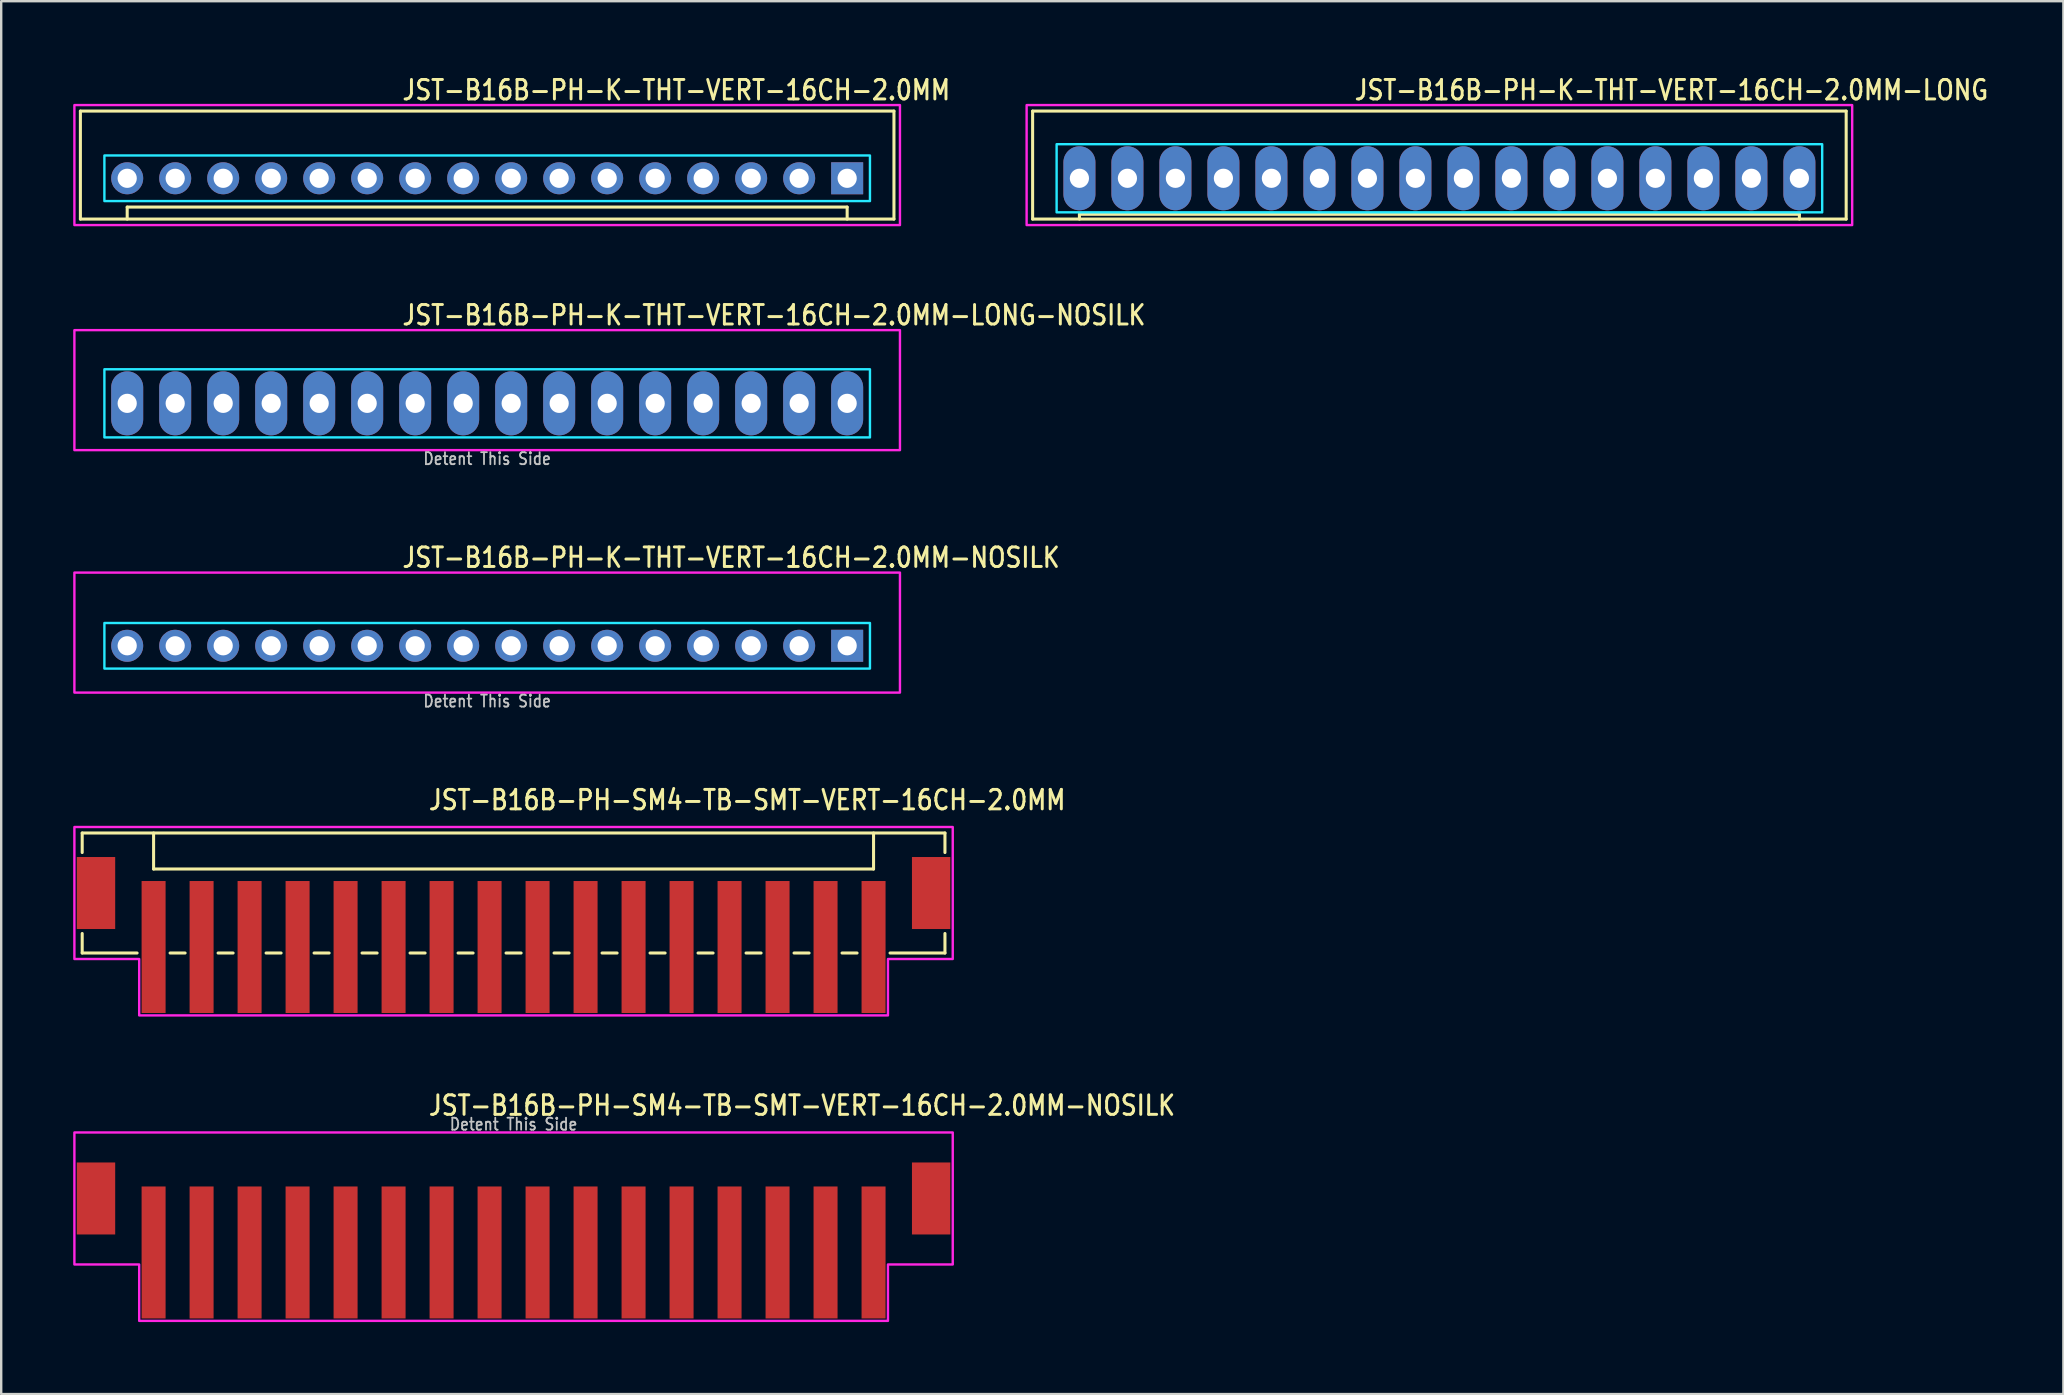
<source format=kicad_pcb>
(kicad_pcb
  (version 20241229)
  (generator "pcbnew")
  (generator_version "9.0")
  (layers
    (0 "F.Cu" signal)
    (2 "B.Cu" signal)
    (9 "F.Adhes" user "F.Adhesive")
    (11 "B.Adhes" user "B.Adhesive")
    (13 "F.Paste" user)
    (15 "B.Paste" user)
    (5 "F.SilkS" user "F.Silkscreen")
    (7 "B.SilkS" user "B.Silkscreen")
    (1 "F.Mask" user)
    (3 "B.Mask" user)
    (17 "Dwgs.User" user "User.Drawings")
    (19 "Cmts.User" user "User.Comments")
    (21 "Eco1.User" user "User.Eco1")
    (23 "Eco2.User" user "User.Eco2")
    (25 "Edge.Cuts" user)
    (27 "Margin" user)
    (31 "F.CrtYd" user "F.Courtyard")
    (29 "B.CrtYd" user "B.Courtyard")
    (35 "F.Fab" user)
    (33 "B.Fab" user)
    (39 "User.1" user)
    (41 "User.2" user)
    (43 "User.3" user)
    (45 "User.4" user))
  (footprint "JST-B16B-PH-K-THT-VERT-16CH-2.0MM-NOSILK"
    (layer "F.Cu")
    (at 17.25 23.859)
    (property "Reference" "JST-B16B-PH-K-THT-VERT-16CH-2.0MM-NOSILK" (at -3.6 -3.2 0) (unlocked yes) (layer "F.SilkS") (effects (font (size 0.813 0.695) (thickness 0.122)) (justify left bottom)))
    (fp_poly (pts (xy -15.95 -0.95) (xy -15.95 0.95) (xy 15.95 0.95) (xy 15.95 -0.95)) (stroke (width 0.1) (type solid)) (fill no) (layer "B.CrtYd"))
    (fp_poly (pts (xy -17.2 1.95) (xy -17.2 -3.05) (xy 17.2 -3.05) (xy 17.2 1.95)) (stroke (width 0.1) (type solid)) (fill no) (layer "F.CrtYd"))
    (fp_text user "Detent This Side" (at 0 2.6 0) (unlocked yes) (layer "Dwgs.User") (effects (font (size 0.5 0.427) (thickness 0.075)) (justify bottom)))
    (pad "1" thru_hole rect (at 15 0) (size 1.333 1.333) (drill 0.8) (layers "*.Cu" "*.Mask"))
    (pad "2" thru_hole oval (at 13 0) (size 1.333 1.333) (drill 0.8) (layers "*.Cu" "*.Mask"))
    (pad "3" thru_hole oval (at 11 0) (size 1.333 1.333) (drill 0.8) (layers "*.Cu" "*.Mask"))
    (pad "4" thru_hole oval (at 9 0) (size 1.333 1.333) (drill 0.8) (layers "*.Cu" "*.Mask"))
    (pad "5" thru_hole oval (at 7 0) (size 1.333 1.333) (drill 0.8) (layers "*.Cu" "*.Mask"))
    (pad "6" thru_hole oval (at 5 0) (size 1.333 1.333) (drill 0.8) (layers "*.Cu" "*.Mask"))
    (pad "7" thru_hole oval (at 3 0) (size 1.333 1.333) (drill 0.8) (layers "*.Cu" "*.Mask"))
    (pad "8" thru_hole oval (at 1 0) (size 1.333 1.333) (drill 0.8) (layers "*.Cu" "*.Mask"))
    (pad "9" thru_hole oval (at -1 0) (size 1.333 1.333) (drill 0.8) (layers "*.Cu" "*.Mask"))
    (pad "10" thru_hole oval (at -3 0) (size 1.333 1.333) (drill 0.8) (layers "*.Cu" "*.Mask"))
    (pad "11" thru_hole oval (at -5 0) (size 1.333 1.333) (drill 0.8) (layers "*.Cu" "*.Mask"))
    (pad "12" thru_hole oval (at -7 0) (size 1.333 1.333) (drill 0.8) (layers "*.Cu" "*.Mask"))
    (pad "13" thru_hole oval (at -9 0) (size 1.333 1.333) (drill 0.8) (layers "*.Cu" "*.Mask"))
    (pad "14" thru_hole oval (at -11 0) (size 1.333 1.333) (drill 0.8) (layers "*.Cu" "*.Mask"))
    (pad "15" thru_hole oval (at -13 0) (size 1.333 1.333) (drill 0.8) (layers "*.Cu" "*.Mask"))
    (pad "16" thru_hole oval (at -15 0) (size 1.333 1.333) (drill 0.8) (layers "*.Cu" "*.Mask")))
  (footprint "JST-B16B-PH-K-THT-VERT-16CH-2.0MM"
    (layer "F.Cu")
    (at 17.25 4.379)
    (property "Reference" "JST-B16B-PH-K-THT-VERT-16CH-2.0MM" (at -3.6 -3.2 0) (unlocked yes) (layer "F.SilkS") (effects (font (size 0.813 0.695) (thickness 0.122)) (justify left bottom)))
    (fp_line (start -16.95 -2.8) (end -16.95 1.7) (stroke (width 0.127) (type solid)) (layer "F.SilkS"))
    (fp_line (start -16.95 -2.8) (end 16.95 -2.8) (stroke (width 0.127) (type solid)) (layer "F.SilkS"))
    (fp_line (start -16.95 1.7) (end 16.95 1.7) (stroke (width 0.127) (type solid)) (layer "F.SilkS"))
    (fp_line (start -15 1.7) (end -15 1.2) (stroke (width 0.127) (type solid)) (layer "F.SilkS"))
    (fp_line (start 15 1.2) (end -15 1.2) (stroke (width 0.127) (type solid)) (layer "F.SilkS"))
    (fp_line (start 15 1.7) (end 15 1.2) (stroke (width 0.127) (type solid)) (layer "F.SilkS"))
    (fp_line (start 16.95 1.7) (end 16.95 -2.8) (stroke (width 0.127) (type solid)) (layer "F.SilkS"))
    (fp_poly (pts (xy -15.95 -0.95) (xy -15.95 0.95) (xy 15.95 0.95) (xy 15.95 -0.95)) (stroke (width 0.1) (type solid)) (fill no) (layer "B.CrtYd"))
    (fp_poly (pts (xy -17.2 1.95) (xy -17.2 -3.05) (xy 17.2 -3.05) (xy 17.2 1.95)) (stroke (width 0.1) (type solid)) (fill no) (layer "F.CrtYd"))
    (pad "1" thru_hole rect (at 15 0) (size 1.333 1.333) (drill 0.8) (layers "*.Cu" "*.Mask"))
    (pad "2" thru_hole oval (at 13 0) (size 1.333 1.333) (drill 0.8) (layers "*.Cu" "*.Mask"))
    (pad "3" thru_hole oval (at 11 0) (size 1.333 1.333) (drill 0.8) (layers "*.Cu" "*.Mask"))
    (pad "4" thru_hole oval (at 9 0) (size 1.333 1.333) (drill 0.8) (layers "*.Cu" "*.Mask"))
    (pad "5" thru_hole oval (at 7 0) (size 1.333 1.333) (drill 0.8) (layers "*.Cu" "*.Mask"))
    (pad "6" thru_hole oval (at 5 0) (size 1.333 1.333) (drill 0.8) (layers "*.Cu" "*.Mask"))
    (pad "7" thru_hole oval (at 3 0) (size 1.333 1.333) (drill 0.8) (layers "*.Cu" "*.Mask"))
    (pad "8" thru_hole oval (at 1 0) (size 1.333 1.333) (drill 0.8) (layers "*.Cu" "*.Mask"))
    (pad "9" thru_hole oval (at -1 0) (size 1.333 1.333) (drill 0.8) (layers "*.Cu" "*.Mask"))
    (pad "10" thru_hole oval (at -3 0) (size 1.333 1.333) (drill 0.8) (layers "*.Cu" "*.Mask"))
    (pad "11" thru_hole oval (at -5 0) (size 1.333 1.333) (drill 0.8) (layers "*.Cu" "*.Mask"))
    (pad "12" thru_hole oval (at -7 0) (size 1.333 1.333) (drill 0.8) (layers "*.Cu" "*.Mask"))
    (pad "13" thru_hole oval (at -9 0) (size 1.333 1.333) (drill 0.8) (layers "*.Cu" "*.Mask"))
    (pad "14" thru_hole oval (at -11 0) (size 1.333 1.333) (drill 0.8) (layers "*.Cu" "*.Mask"))
    (pad "15" thru_hole oval (at -13 0) (size 1.333 1.333) (drill 0.8) (layers "*.Cu" "*.Mask"))
    (pad "16" thru_hole oval (at -15 0) (size 1.333 1.333) (drill 0.8) (layers "*.Cu" "*.Mask")))
  (footprint "JST-B16B-PH-SM4-TB-SMT-VERT-16CH-2.0MM"
    (layer "F.Cu")
    (at 18.35 34.161)
    (property "Reference" "JST-B16B-PH-SM4-TB-SMT-VERT-16CH-2.0MM" (at -3.6 -3.4 0) (unlocked yes) (layer "F.SilkS") (effects (font (size 0.813 0.695) (thickness 0.122)) (justify left bottom)))
    (fp_line (start -17.975 -2.5) (end -17.975 -1.687) (stroke (width 0.127) (type solid)) (layer "F.SilkS"))
    (fp_line (start -17.975 -2.5) (end 17.975 -2.5) (stroke (width 0.127) (type solid)) (layer "F.SilkS"))
    (fp_line (start -17.975 2.5) (end -17.975 1.687) (stroke (width 0.127) (type solid)) (layer "F.SilkS"))
    (fp_line (start -17.975 2.5) (end -15.687 2.5) (stroke (width 0.127) (type solid)) (layer "F.SilkS"))
    (fp_line (start -15 -2.5) (end -15 -1) (stroke (width 0.127) (type solid)) (layer "F.SilkS"))
    (fp_line (start -15 -1) (end 15 -1) (stroke (width 0.127) (type solid)) (layer "F.SilkS"))
    (fp_line (start -14.313 2.5) (end -13.687 2.5) (stroke (width 0.127) (type solid)) (layer "F.SilkS"))
    (fp_line (start -12.313 2.5) (end -11.687 2.5) (stroke (width 0.127) (type solid)) (layer "F.SilkS"))
    (fp_line (start -10.313 2.5) (end -9.687 2.5) (stroke (width 0.127) (type solid)) (layer "F.SilkS"))
    (fp_line (start -8.313 2.5) (end -7.686 2.5) (stroke (width 0.127) (type solid)) (layer "F.SilkS"))
    (fp_line (start -6.314 2.5) (end -5.686 2.5) (stroke (width 0.127) (type solid)) (layer "F.SilkS"))
    (fp_line (start -4.314 2.5) (end -3.687 2.5) (stroke (width 0.127) (type solid)) (layer "F.SilkS"))
    (fp_line (start -2.313 2.5) (end -1.687 2.5) (stroke (width 0.127) (type solid)) (layer "F.SilkS"))
    (fp_line (start -0.314 2.5) (end 0.314 2.5) (stroke (width 0.127) (type solid)) (layer "F.SilkS"))
    (fp_line (start 1.687 2.5) (end 2.313 2.5) (stroke (width 0.127) (type solid)) (layer "F.SilkS"))
    (fp_line (start 3.687 2.5) (end 4.314 2.5) (stroke (width 0.127) (type solid)) (layer "F.SilkS"))
    (fp_line (start 5.686 2.5) (end 6.314 2.5) (stroke (width 0.127) (type solid)) (layer "F.SilkS"))
    (fp_line (start 7.686 2.5) (end 8.313 2.5) (stroke (width 0.127) (type solid)) (layer "F.SilkS"))
    (fp_line (start 9.687 2.5) (end 10.313 2.5) (stroke (width 0.127) (type solid)) (layer "F.SilkS"))
    (fp_line (start 11.687 2.5) (end 12.313 2.5) (stroke (width 0.127) (type solid)) (layer "F.SilkS"))
    (fp_line (start 13.687 2.5) (end 14.313 2.5) (stroke (width 0.127) (type solid)) (layer "F.SilkS"))
    (fp_line (start 15 -1) (end 15 -2.5) (stroke (width 0.127) (type solid)) (layer "F.SilkS"))
    (fp_line (start 15.687 2.5) (end 17.975 2.5) (stroke (width 0.127) (type solid)) (layer "F.SilkS"))
    (fp_line (start 17.975 -1.687) (end 17.975 -2.5) (stroke (width 0.127) (type solid)) (layer "F.SilkS"))
    (fp_line (start 17.975 1.687) (end 17.975 2.5) (stroke (width 0.127) (type solid)) (layer "F.SilkS"))
    (fp_poly (pts (xy -18.3 -2.75) (xy -18.3 2.75) (xy -15.6 2.75) (xy -15.6 5.1) (xy 15.6 5.1) (xy 15.6 2.75) (xy 18.3 2.75) (xy 18.3 -2.75)) (stroke (width 0.1) (type solid)) (fill no) (layer "F.CrtYd"))
    (pad "1" smd rect (at -15 2.25) (size 1 5.5) (layers "F.Cu" "F.Mask" "F.Paste"))
    (pad "2" smd rect (at -13 2.25) (size 1 5.5) (layers "F.Cu" "F.Mask" "F.Paste"))
    (pad "3" smd rect (at -11 2.25) (size 1 5.5) (layers "F.Cu" "F.Mask" "F.Paste"))
    (pad "4" smd rect (at -9 2.25) (size 1 5.5) (layers "F.Cu" "F.Mask" "F.Paste"))
    (pad "5" smd rect (at -7 2.25) (size 1 5.5) (layers "F.Cu" "F.Mask" "F.Paste"))
    (pad "6" smd rect (at -5 2.25) (size 1 5.5) (layers "F.Cu" "F.Mask" "F.Paste"))
    (pad "7" smd rect (at -3 2.25) (size 1 5.5) (layers "F.Cu" "F.Mask" "F.Paste"))
    (pad "8" smd rect (at -1 2.25) (size 1 5.5) (layers "F.Cu" "F.Mask" "F.Paste"))
    (pad "9" smd rect (at 1 2.25) (size 1 5.5) (layers "F.Cu" "F.Mask" "F.Paste"))
    (pad "10" smd rect (at 3 2.25) (size 1 5.5) (layers "F.Cu" "F.Mask" "F.Paste"))
    (pad "11" smd rect (at 5 2.25) (size 1 5.5) (layers "F.Cu" "F.Mask" "F.Paste"))
    (pad "12" smd rect (at 7 2.25) (size 1 5.5) (layers "F.Cu" "F.Mask" "F.Paste"))
    (pad "13" smd rect (at 9 2.25) (size 1 5.5) (layers "F.Cu" "F.Mask" "F.Paste"))
    (pad "14" smd rect (at 11 2.25) (size 1 5.5) (layers "F.Cu" "F.Mask" "F.Paste"))
    (pad "15" smd rect (at 13 2.25) (size 1 5.5) (layers "F.Cu" "F.Mask" "F.Paste"))
    (pad "16" smd rect (at 15 2.25) (size 1 5.5) (layers "F.Cu" "F.Mask" "F.Paste"))
    (pad "S_1" smd rect (at -17.4 0) (size 1.6 3) (layers "F.Cu" "F.Mask" "F.Paste"))
    (pad "S_2" smd rect (at 17.4 0) (size 1.6 3) (layers "F.Cu" "F.Mask" "F.Paste")))
  (footprint "JST-B16B-PH-K-THT-VERT-16CH-2.0MM-LONG-NOSILK"
    (layer "F.Cu")
    (at 17.25 13.757)
    (property "Reference" "JST-B16B-PH-K-THT-VERT-16CH-2.0MM-LONG-NOSILK" (at -3.6 -3.2 0) (unlocked yes) (layer "F.SilkS") (effects (font (size 0.813 0.695) (thickness 0.122)) (justify left bottom)))
    (fp_poly (pts (xy -15.95 -1.42) (xy -15.95 1.42) (xy 15.95 1.42) (xy 15.95 -1.42)) (stroke (width 0.1) (type solid)) (fill no) (layer "B.CrtYd"))
    (fp_poly (pts (xy -17.2 1.95) (xy -17.2 -3.05) (xy 17.2 -3.05) (xy 17.2 1.95)) (stroke (width 0.1) (type solid)) (fill no) (layer "F.CrtYd"))
    (fp_text user "Detent This Side" (at 0 2.6 0) (unlocked yes) (layer "Dwgs.User") (effects (font (size 0.5 0.427) (thickness 0.075)) (justify bottom)))
    (pad "P$1" thru_hole oval (at 15 0 90) (size 2.667 1.333) (drill 0.8) (layers "*.Cu" "*.Mask"))
    (pad "P$2" thru_hole oval (at 13 0 90) (size 2.667 1.333) (drill 0.8) (layers "*.Cu" "*.Mask"))
    (pad "P$3" thru_hole oval (at 11 0 90) (size 2.667 1.333) (drill 0.8) (layers "*.Cu" "*.Mask"))
    (pad "P$4" thru_hole oval (at 9 0 90) (size 2.667 1.333) (drill 0.8) (layers "*.Cu" "*.Mask"))
    (pad "P$5" thru_hole oval (at 7 0 90) (size 2.667 1.333) (drill 0.8) (layers "*.Cu" "*.Mask"))
    (pad "P$6" thru_hole oval (at 5 0 90) (size 2.667 1.333) (drill 0.8) (layers "*.Cu" "*.Mask"))
    (pad "P$7" thru_hole oval (at 3 0 90) (size 2.667 1.333) (drill 0.8) (layers "*.Cu" "*.Mask"))
    (pad "P$8" thru_hole oval (at 1 0 90) (size 2.667 1.333) (drill 0.8) (layers "*.Cu" "*.Mask"))
    (pad "P$9" thru_hole oval (at -1 0 90) (size 2.667 1.333) (drill 0.8) (layers "*.Cu" "*.Mask"))
    (pad "P$10" thru_hole oval (at -3 0 90) (size 2.667 1.333) (drill 0.8) (layers "*.Cu" "*.Mask"))
    (pad "P$11" thru_hole oval (at -5 0 90) (size 2.667 1.333) (drill 0.8) (layers "*.Cu" "*.Mask"))
    (pad "P$12" thru_hole oval (at -7 0 90) (size 2.667 1.333) (drill 0.8) (layers "*.Cu" "*.Mask"))
    (pad "P$13" thru_hole oval (at -9 0 90) (size 2.667 1.333) (drill 0.8) (layers "*.Cu" "*.Mask"))
    (pad "P$14" thru_hole oval (at -11 0 90) (size 2.667 1.333) (drill 0.8) (layers "*.Cu" "*.Mask"))
    (pad "P$15" thru_hole oval (at -13 0 90) (size 2.667 1.333) (drill 0.8) (layers "*.Cu" "*.Mask"))
    (pad "P$16" thru_hole oval (at -15 0 90) (size 2.667 1.333) (drill 0.8) (layers "*.Cu" "*.Mask")))
  (footprint "JST-B16B-PH-K-THT-VERT-16CH-2.0MM-LONG"
    (layer "F.Cu")
    (at 56.928 4.379)
    (property "Reference" "JST-B16B-PH-K-THT-VERT-16CH-2.0MM-LONG" (at -3.6 -3.2 0) (unlocked yes) (layer "F.SilkS") (effects (font (size 0.813 0.695) (thickness 0.122)) (justify left bottom)))
    (fp_line (start -16.95 -2.8) (end -16.95 1.7) (stroke (width 0.127) (type solid)) (layer "F.SilkS"))
    (fp_line (start -16.95 -2.8) (end 16.95 -2.8) (stroke (width 0.127) (type solid)) (layer "F.SilkS"))
    (fp_line (start -16.95 1.7) (end 16.95 1.7) (stroke (width 0.127) (type solid)) (layer "F.SilkS"))
    (fp_line (start -15 1.7) (end -15 1.5) (stroke (width 0.127) (type solid)) (layer "F.SilkS"))
    (fp_line (start 15 1.5) (end -15 1.5) (stroke (width 0.127) (type solid)) (layer "F.SilkS"))
    (fp_line (start 15 1.7) (end 15 1.5) (stroke (width 0.127) (type solid)) (layer "F.SilkS"))
    (fp_line (start 16.95 1.7) (end 16.95 -2.8) (stroke (width 0.127) (type solid)) (layer "F.SilkS"))
    (fp_poly (pts (xy -15.95 -1.42) (xy -15.95 1.42) (xy 15.95 1.42) (xy 15.95 -1.42)) (stroke (width 0.1) (type solid)) (fill no) (layer "B.CrtYd"))
    (fp_poly (pts (xy -17.2 1.95) (xy -17.2 -3.05) (xy 17.2 -3.05) (xy 17.2 1.95)) (stroke (width 0.1) (type solid)) (fill no) (layer "F.CrtYd"))
    (pad "1" thru_hole oval (at 15 0 90) (size 2.667 1.333) (drill 0.8) (layers "*.Cu" "*.Mask"))
    (pad "2" thru_hole oval (at 13 0 90) (size 2.667 1.333) (drill 0.8) (layers "*.Cu" "*.Mask"))
    (pad "3" thru_hole oval (at 11 0 90) (size 2.667 1.333) (drill 0.8) (layers "*.Cu" "*.Mask"))
    (pad "4" thru_hole oval (at 9 0 90) (size 2.667 1.333) (drill 0.8) (layers "*.Cu" "*.Mask"))
    (pad "5" thru_hole oval (at 7 0 90) (size 2.667 1.333) (drill 0.8) (layers "*.Cu" "*.Mask"))
    (pad "6" thru_hole oval (at 5 0 90) (size 2.667 1.333) (drill 0.8) (layers "*.Cu" "*.Mask"))
    (pad "7" thru_hole oval (at 3 0 90) (size 2.667 1.333) (drill 0.8) (layers "*.Cu" "*.Mask"))
    (pad "8" thru_hole oval (at 1 0 90) (size 2.667 1.333) (drill 0.8) (layers "*.Cu" "*.Mask"))
    (pad "9" thru_hole oval (at -1 0 90) (size 2.667 1.333) (drill 0.8) (layers "*.Cu" "*.Mask"))
    (pad "10" thru_hole oval (at -3 0 90) (size 2.667 1.333) (drill 0.8) (layers "*.Cu" "*.Mask"))
    (pad "11" thru_hole oval (at -5 0 90) (size 2.667 1.333) (drill 0.8) (layers "*.Cu" "*.Mask"))
    (pad "12" thru_hole oval (at -7 0 90) (size 2.667 1.333) (drill 0.8) (layers "*.Cu" "*.Mask"))
    (pad "13" thru_hole oval (at -9 0 90) (size 2.667 1.333) (drill 0.8) (layers "*.Cu" "*.Mask"))
    (pad "14" thru_hole oval (at -11 0 90) (size 2.667 1.333) (drill 0.8) (layers "*.Cu" "*.Mask"))
    (pad "15" thru_hole oval (at -13 0 90) (size 2.667 1.333) (drill 0.8) (layers "*.Cu" "*.Mask"))
    (pad "16" thru_hole oval (at -15 0 90) (size 2.667 1.333) (drill 0.8) (layers "*.Cu" "*.Mask")))
  (footprint "JST-B16B-PH-SM4-TB-SMT-VERT-16CH-2.0MM-NOSILK"
    (layer "F.Cu")
    (at 18.35 46.889)
    (property "Reference" "JST-B16B-PH-SM4-TB-SMT-VERT-16CH-2.0MM-NOSILK" (at -3.6 -3.4 0) (unlocked yes) (layer "F.SilkS") (effects (font (size 0.813 0.695) (thickness 0.122)) (justify left bottom)))
    (fp_poly (pts (xy -18.3 -2.75) (xy -18.3 2.75) (xy -15.6 2.75) (xy -15.6 5.1) (xy 15.6 5.1) (xy 15.6 2.75) (xy 18.3 2.75) (xy 18.3 -2.75)) (stroke (width 0.1) (type solid)) (fill no) (layer "F.CrtYd"))
    (fp_text user "Detent This Side" (at 0 -2.8 0) (unlocked yes) (layer "Dwgs.User") (effects (font (size 0.5 0.427) (thickness 0.075)) (justify bottom)))
    (pad "1" smd rect (at -15 2.25) (size 1 5.5) (layers "F.Cu" "F.Mask" "F.Paste"))
    (pad "2" smd rect (at -13 2.25) (size 1 5.5) (layers "F.Cu" "F.Mask" "F.Paste"))
    (pad "3" smd rect (at -11 2.25) (size 1 5.5) (layers "F.Cu" "F.Mask" "F.Paste"))
    (pad "4" smd rect (at -9 2.25) (size 1 5.5) (layers "F.Cu" "F.Mask" "F.Paste"))
    (pad "5" smd rect (at -7 2.25) (size 1 5.5) (layers "F.Cu" "F.Mask" "F.Paste"))
    (pad "6" smd rect (at -5 2.25) (size 1 5.5) (layers "F.Cu" "F.Mask" "F.Paste"))
    (pad "7" smd rect (at -3 2.25) (size 1 5.5) (layers "F.Cu" "F.Mask" "F.Paste"))
    (pad "8" smd rect (at -1 2.25) (size 1 5.5) (layers "F.Cu" "F.Mask" "F.Paste"))
    (pad "9" smd rect (at 1 2.25) (size 1 5.5) (layers "F.Cu" "F.Mask" "F.Paste"))
    (pad "10" smd rect (at 3 2.25) (size 1 5.5) (layers "F.Cu" "F.Mask" "F.Paste"))
    (pad "11" smd rect (at 5 2.25) (size 1 5.5) (layers "F.Cu" "F.Mask" "F.Paste"))
    (pad "12" smd rect (at 7 2.25) (size 1 5.5) (layers "F.Cu" "F.Mask" "F.Paste"))
    (pad "13" smd rect (at 9 2.25) (size 1 5.5) (layers "F.Cu" "F.Mask" "F.Paste"))
    (pad "14" smd rect (at 11 2.25) (size 1 5.5) (layers "F.Cu" "F.Mask" "F.Paste"))
    (pad "15" smd rect (at 13 2.25) (size 1 5.5) (layers "F.Cu" "F.Mask" "F.Paste"))
    (pad "16" smd rect (at 15 2.25) (size 1 5.5) (layers "F.Cu" "F.Mask" "F.Paste"))
    (pad "S_1" smd rect (at -17.4 0) (size 1.6 3) (layers "F.Cu" "F.Mask" "F.Paste"))
    (pad "S_2" smd rect (at 17.4 0) (size 1.6 3) (layers "F.Cu" "F.Mask" "F.Paste")))
  (gr_rect
    (start -3 -3)
    (end 82.929 55.039)
    (stroke (width 0.1) (type default))
    (fill no)
    (layer "Edge.Cuts")))
</source>
